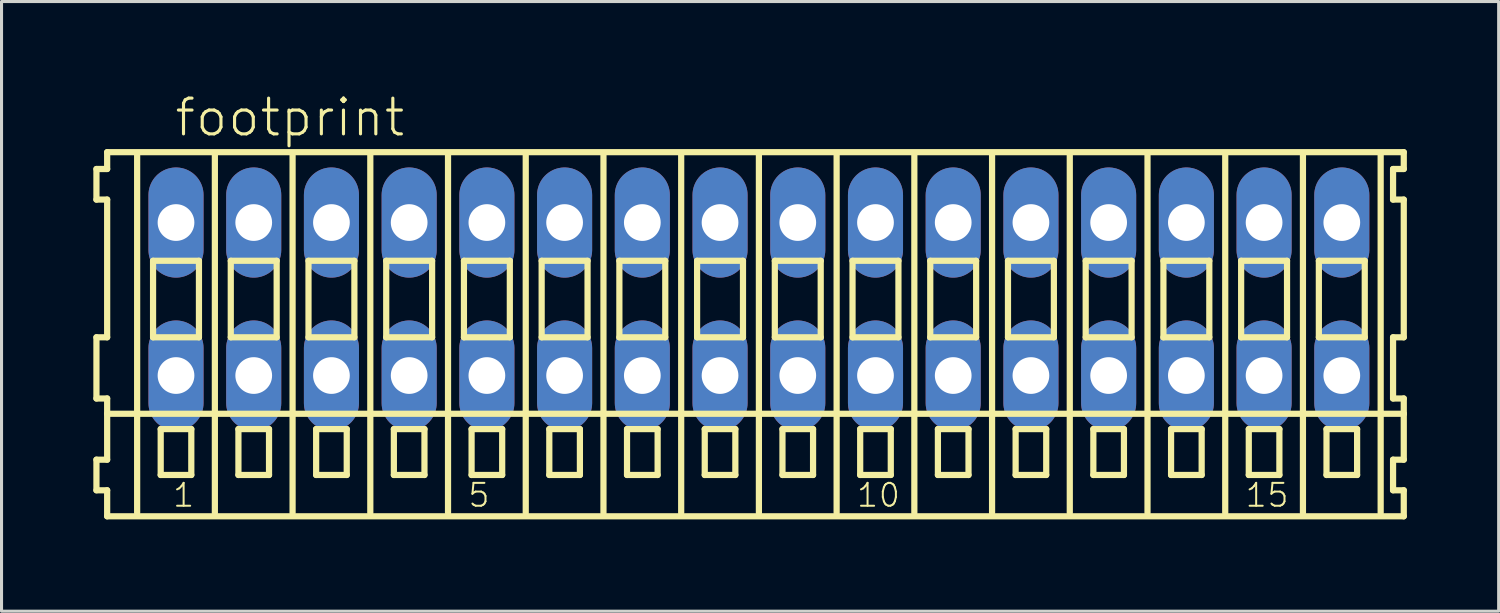
<source format=kicad_pcb>
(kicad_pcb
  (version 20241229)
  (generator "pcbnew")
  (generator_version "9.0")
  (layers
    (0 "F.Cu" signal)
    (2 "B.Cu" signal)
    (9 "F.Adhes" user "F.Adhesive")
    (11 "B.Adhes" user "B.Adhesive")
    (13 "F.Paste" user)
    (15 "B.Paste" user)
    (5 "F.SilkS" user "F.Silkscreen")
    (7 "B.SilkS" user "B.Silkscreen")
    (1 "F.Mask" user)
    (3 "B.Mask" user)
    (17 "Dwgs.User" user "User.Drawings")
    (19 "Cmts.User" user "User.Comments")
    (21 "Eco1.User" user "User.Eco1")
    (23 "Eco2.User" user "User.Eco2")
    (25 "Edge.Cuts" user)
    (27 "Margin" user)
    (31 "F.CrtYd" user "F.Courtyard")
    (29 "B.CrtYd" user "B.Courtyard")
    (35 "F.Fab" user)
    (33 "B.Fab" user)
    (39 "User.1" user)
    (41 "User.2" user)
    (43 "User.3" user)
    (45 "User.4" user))
  (footprint "footprint"
    (layer "F.Cu")
    (at 21.752 6.723)
    (property "Reference" "footprint" (at -19.15 -5.25 0) (layer "F.SilkS") (effects (font (size 1.168 1.168) (thickness 0.102)) (justify left bottom)))
    (fp_line (start -21.65 -4.25) (end -21.65 -3.25) (stroke (width 0.203) (type solid)) (layer "F.SilkS"))
    (fp_line (start -21.65 -3.25) (end -21.3 -3.25) (stroke (width 0.203) (type solid)) (layer "F.SilkS"))
    (fp_line (start -21.65 1.25) (end -21.65 3.25) (stroke (width 0.203) (type solid)) (layer "F.SilkS"))
    (fp_line (start -21.65 3.25) (end -21.3 3.25) (stroke (width 0.203) (type solid)) (layer "F.SilkS"))
    (fp_line (start -21.65 5.25) (end -21.65 6.25) (stroke (width 0.203) (type solid)) (layer "F.SilkS"))
    (fp_line (start -21.65 6.25) (end -21.3 6.25) (stroke (width 0.203) (type solid)) (layer "F.SilkS"))
    (fp_line (start -21.3 -4.8) (end -21.3 -4.25) (stroke (width 0.203) (type solid)) (layer "F.SilkS"))
    (fp_line (start -21.3 -4.25) (end -21.65 -4.25) (stroke (width 0.203) (type solid)) (layer "F.SilkS"))
    (fp_line (start -21.3 -3.25) (end -21.3 1.25) (stroke (width 0.203) (type solid)) (layer "F.SilkS"))
    (fp_line (start -21.3 1.25) (end -21.65 1.25) (stroke (width 0.203) (type solid)) (layer "F.SilkS"))
    (fp_line (start -21.3 3.25) (end -21.3 5.25) (stroke (width 0.203) (type solid)) (layer "F.SilkS"))
    (fp_line (start -21.3 3.75) (end 21.075 3.75) (stroke (width 0.203) (type solid)) (layer "F.SilkS"))
    (fp_line (start -21.3 5.25) (end -21.65 5.25) (stroke (width 0.203) (type solid)) (layer "F.SilkS"))
    (fp_line (start -21.3 6.25) (end -21.3 7.1) (stroke (width 0.203) (type solid)) (layer "F.SilkS"))
    (fp_line (start -21.3 7.1) (end 21.075 7.1) (stroke (width 0.203) (type solid)) (layer "F.SilkS"))
    (fp_line (start -20.32 6.985) (end -20.32 -4.699) (stroke (width 0.203) (type solid)) (layer "F.SilkS"))
    (fp_line (start -19.8 -1.25) (end -19.8 1.25) (stroke (width 0.203) (type solid)) (layer "F.SilkS"))
    (fp_line (start -19.8 1.25) (end -18.3 1.25) (stroke (width 0.203) (type solid)) (layer "F.SilkS"))
    (fp_line (start -19.55 4.25) (end -19.55 5.75) (stroke (width 0.203) (type solid)) (layer "F.SilkS"))
    (fp_line (start -19.55 5.75) (end -18.55 5.75) (stroke (width 0.203) (type solid)) (layer "F.SilkS"))
    (fp_line (start -18.55 4.25) (end -19.55 4.25) (stroke (width 0.203) (type solid)) (layer "F.SilkS"))
    (fp_line (start -18.55 5.75) (end -18.55 4.25) (stroke (width 0.203) (type solid)) (layer "F.SilkS"))
    (fp_line (start -18.3 -1.25) (end -19.8 -1.25) (stroke (width 0.203) (type solid)) (layer "F.SilkS"))
    (fp_line (start -18.3 1.25) (end -18.3 -1.25) (stroke (width 0.203) (type solid)) (layer "F.SilkS"))
    (fp_line (start -17.78 6.985) (end -17.78 -4.699) (stroke (width 0.203) (type solid)) (layer "F.SilkS"))
    (fp_line (start -17.26 -1.25) (end -17.26 1.25) (stroke (width 0.203) (type solid)) (layer "F.SilkS"))
    (fp_line (start -17.26 1.25) (end -15.76 1.25) (stroke (width 0.203) (type solid)) (layer "F.SilkS"))
    (fp_line (start -17.01 4.25) (end -17.01 5.75) (stroke (width 0.203) (type solid)) (layer "F.SilkS"))
    (fp_line (start -17.01 5.75) (end -16.01 5.75) (stroke (width 0.203) (type solid)) (layer "F.SilkS"))
    (fp_line (start -16.01 4.25) (end -17.01 4.25) (stroke (width 0.203) (type solid)) (layer "F.SilkS"))
    (fp_line (start -16.01 5.75) (end -16.01 4.25) (stroke (width 0.203) (type solid)) (layer "F.SilkS"))
    (fp_line (start -15.76 -1.25) (end -17.26 -1.25) (stroke (width 0.203) (type solid)) (layer "F.SilkS"))
    (fp_line (start -15.76 1.25) (end -15.76 -1.25) (stroke (width 0.203) (type solid)) (layer "F.SilkS"))
    (fp_line (start -15.24 6.985) (end -15.24 -4.699) (stroke (width 0.203) (type solid)) (layer "F.SilkS"))
    (fp_line (start -14.72 -1.25) (end -14.72 1.25) (stroke (width 0.203) (type solid)) (layer "F.SilkS"))
    (fp_line (start -14.72 1.25) (end -13.22 1.25) (stroke (width 0.203) (type solid)) (layer "F.SilkS"))
    (fp_line (start -14.47 4.25) (end -14.47 5.75) (stroke (width 0.203) (type solid)) (layer "F.SilkS"))
    (fp_line (start -14.47 5.75) (end -13.47 5.75) (stroke (width 0.203) (type solid)) (layer "F.SilkS"))
    (fp_line (start -13.47 4.25) (end -14.47 4.25) (stroke (width 0.203) (type solid)) (layer "F.SilkS"))
    (fp_line (start -13.47 5.75) (end -13.47 4.25) (stroke (width 0.203) (type solid)) (layer "F.SilkS"))
    (fp_line (start -13.22 -1.25) (end -14.72 -1.25) (stroke (width 0.203) (type solid)) (layer "F.SilkS"))
    (fp_line (start -13.22 1.25) (end -13.22 -1.25) (stroke (width 0.203) (type solid)) (layer "F.SilkS"))
    (fp_line (start -12.7 6.985) (end -12.7 -4.699) (stroke (width 0.203) (type solid)) (layer "F.SilkS"))
    (fp_line (start -12.18 -1.25) (end -12.18 1.25) (stroke (width 0.203) (type solid)) (layer "F.SilkS"))
    (fp_line (start -12.18 1.25) (end -10.68 1.25) (stroke (width 0.203) (type solid)) (layer "F.SilkS"))
    (fp_line (start -11.93 4.25) (end -11.93 5.75) (stroke (width 0.203) (type solid)) (layer "F.SilkS"))
    (fp_line (start -11.93 5.75) (end -10.93 5.75) (stroke (width 0.203) (type solid)) (layer "F.SilkS"))
    (fp_line (start -10.93 4.25) (end -11.93 4.25) (stroke (width 0.203) (type solid)) (layer "F.SilkS"))
    (fp_line (start -10.93 5.75) (end -10.93 4.25) (stroke (width 0.203) (type solid)) (layer "F.SilkS"))
    (fp_line (start -10.68 -1.25) (end -12.18 -1.25) (stroke (width 0.203) (type solid)) (layer "F.SilkS"))
    (fp_line (start -10.68 1.25) (end -10.68 -1.25) (stroke (width 0.203) (type solid)) (layer "F.SilkS"))
    (fp_line (start -10.16 6.985) (end -10.16 -4.699) (stroke (width 0.203) (type solid)) (layer "F.SilkS"))
    (fp_line (start -9.64 -1.25) (end -9.64 1.25) (stroke (width 0.203) (type solid)) (layer "F.SilkS"))
    (fp_line (start -9.64 1.25) (end -8.14 1.25) (stroke (width 0.203) (type solid)) (layer "F.SilkS"))
    (fp_line (start -9.39 4.25) (end -9.39 5.75) (stroke (width 0.203) (type solid)) (layer "F.SilkS"))
    (fp_line (start -9.39 5.75) (end -8.39 5.75) (stroke (width 0.203) (type solid)) (layer "F.SilkS"))
    (fp_line (start -8.39 4.25) (end -9.39 4.25) (stroke (width 0.203) (type solid)) (layer "F.SilkS"))
    (fp_line (start -8.39 5.75) (end -8.39 4.25) (stroke (width 0.203) (type solid)) (layer "F.SilkS"))
    (fp_line (start -8.14 -1.25) (end -9.64 -1.25) (stroke (width 0.203) (type solid)) (layer "F.SilkS"))
    (fp_line (start -8.14 1.25) (end -8.14 -1.25) (stroke (width 0.203) (type solid)) (layer "F.SilkS"))
    (fp_line (start -7.62 6.985) (end -7.62 -4.699) (stroke (width 0.203) (type solid)) (layer "F.SilkS"))
    (fp_line (start -7.1 -1.25) (end -7.1 1.25) (stroke (width 0.203) (type solid)) (layer "F.SilkS"))
    (fp_line (start -7.1 1.25) (end -5.6 1.25) (stroke (width 0.203) (type solid)) (layer "F.SilkS"))
    (fp_line (start -6.85 4.25) (end -6.85 5.75) (stroke (width 0.203) (type solid)) (layer "F.SilkS"))
    (fp_line (start -6.85 5.75) (end -5.85 5.75) (stroke (width 0.203) (type solid)) (layer "F.SilkS"))
    (fp_line (start -5.85 4.25) (end -6.85 4.25) (stroke (width 0.203) (type solid)) (layer "F.SilkS"))
    (fp_line (start -5.85 5.75) (end -5.85 4.25) (stroke (width 0.203) (type solid)) (layer "F.SilkS"))
    (fp_line (start -5.6 -1.25) (end -7.1 -1.25) (stroke (width 0.203) (type solid)) (layer "F.SilkS"))
    (fp_line (start -5.6 1.25) (end -5.6 -1.25) (stroke (width 0.203) (type solid)) (layer "F.SilkS"))
    (fp_line (start -5.08 6.985) (end -5.08 -4.699) (stroke (width 0.203) (type solid)) (layer "F.SilkS"))
    (fp_line (start -4.56 -1.25) (end -4.56 1.25) (stroke (width 0.203) (type solid)) (layer "F.SilkS"))
    (fp_line (start -4.56 1.25) (end -3.06 1.25) (stroke (width 0.203) (type solid)) (layer "F.SilkS"))
    (fp_line (start -4.31 4.25) (end -4.31 5.75) (stroke (width 0.203) (type solid)) (layer "F.SilkS"))
    (fp_line (start -4.31 5.75) (end -3.31 5.75) (stroke (width 0.203) (type solid)) (layer "F.SilkS"))
    (fp_line (start -3.31 4.25) (end -4.31 4.25) (stroke (width 0.203) (type solid)) (layer "F.SilkS"))
    (fp_line (start -3.31 5.75) (end -3.31 4.25) (stroke (width 0.203) (type solid)) (layer "F.SilkS"))
    (fp_line (start -3.06 -1.25) (end -4.56 -1.25) (stroke (width 0.203) (type solid)) (layer "F.SilkS"))
    (fp_line (start -3.06 1.25) (end -3.06 -1.25) (stroke (width 0.203) (type solid)) (layer "F.SilkS"))
    (fp_line (start -2.54 6.985) (end -2.54 -4.699) (stroke (width 0.203) (type solid)) (layer "F.SilkS"))
    (fp_line (start -2.02 -1.25) (end -2.02 1.25) (stroke (width 0.203) (type solid)) (layer "F.SilkS"))
    (fp_line (start -2.02 1.25) (end -0.52 1.25) (stroke (width 0.203) (type solid)) (layer "F.SilkS"))
    (fp_line (start -1.77 4.25) (end -1.77 5.75) (stroke (width 0.203) (type solid)) (layer "F.SilkS"))
    (fp_line (start -1.77 5.75) (end -0.77 5.75) (stroke (width 0.203) (type solid)) (layer "F.SilkS"))
    (fp_line (start -0.77 4.25) (end -1.77 4.25) (stroke (width 0.203) (type solid)) (layer "F.SilkS"))
    (fp_line (start -0.77 5.75) (end -0.77 4.25) (stroke (width 0.203) (type solid)) (layer "F.SilkS"))
    (fp_line (start -0.52 -1.25) (end -2.02 -1.25) (stroke (width 0.203) (type solid)) (layer "F.SilkS"))
    (fp_line (start -0.52 1.25) (end -0.52 -1.25) (stroke (width 0.203) (type solid)) (layer "F.SilkS"))
    (fp_line (start 0 6.985) (end 0 -4.699) (stroke (width 0.203) (type solid)) (layer "F.SilkS"))
    (fp_line (start 0.52 -1.25) (end 0.52 1.25) (stroke (width 0.203) (type solid)) (layer "F.SilkS"))
    (fp_line (start 0.52 1.25) (end 2.02 1.25) (stroke (width 0.203) (type solid)) (layer "F.SilkS"))
    (fp_line (start 0.77 4.25) (end 0.77 5.75) (stroke (width 0.203) (type solid)) (layer "F.SilkS"))
    (fp_line (start 0.77 5.75) (end 1.77 5.75) (stroke (width 0.203) (type solid)) (layer "F.SilkS"))
    (fp_line (start 1.77 4.25) (end 0.77 4.25) (stroke (width 0.203) (type solid)) (layer "F.SilkS"))
    (fp_line (start 1.77 5.75) (end 1.77 4.25) (stroke (width 0.203) (type solid)) (layer "F.SilkS"))
    (fp_line (start 2.02 -1.25) (end 0.52 -1.25) (stroke (width 0.203) (type solid)) (layer "F.SilkS"))
    (fp_line (start 2.02 1.25) (end 2.02 -1.25) (stroke (width 0.203) (type solid)) (layer "F.SilkS"))
    (fp_line (start 2.54 6.985) (end 2.54 -4.699) (stroke (width 0.203) (type solid)) (layer "F.SilkS"))
    (fp_line (start 3.06 -1.25) (end 3.06 1.25) (stroke (width 0.203) (type solid)) (layer "F.SilkS"))
    (fp_line (start 3.06 1.25) (end 4.56 1.25) (stroke (width 0.203) (type solid)) (layer "F.SilkS"))
    (fp_line (start 3.31 4.25) (end 3.31 5.75) (stroke (width 0.203) (type solid)) (layer "F.SilkS"))
    (fp_line (start 3.31 5.75) (end 4.31 5.75) (stroke (width 0.203) (type solid)) (layer "F.SilkS"))
    (fp_line (start 4.31 4.25) (end 3.31 4.25) (stroke (width 0.203) (type solid)) (layer "F.SilkS"))
    (fp_line (start 4.31 5.75) (end 4.31 4.25) (stroke (width 0.203) (type solid)) (layer "F.SilkS"))
    (fp_line (start 4.56 -1.25) (end 3.06 -1.25) (stroke (width 0.203) (type solid)) (layer "F.SilkS"))
    (fp_line (start 4.56 1.25) (end 4.56 -1.25) (stroke (width 0.203) (type solid)) (layer "F.SilkS"))
    (fp_line (start 5.08 6.985) (end 5.08 -4.699) (stroke (width 0.203) (type solid)) (layer "F.SilkS"))
    (fp_line (start 5.6 -1.25) (end 5.6 1.25) (stroke (width 0.203) (type solid)) (layer "F.SilkS"))
    (fp_line (start 5.6 1.25) (end 7.1 1.25) (stroke (width 0.203) (type solid)) (layer "F.SilkS"))
    (fp_line (start 5.85 4.25) (end 5.85 5.75) (stroke (width 0.203) (type solid)) (layer "F.SilkS"))
    (fp_line (start 5.85 5.75) (end 6.85 5.75) (stroke (width 0.203) (type solid)) (layer "F.SilkS"))
    (fp_line (start 6.85 4.25) (end 5.85 4.25) (stroke (width 0.203) (type solid)) (layer "F.SilkS"))
    (fp_line (start 6.85 5.75) (end 6.85 4.25) (stroke (width 0.203) (type solid)) (layer "F.SilkS"))
    (fp_line (start 7.1 -1.25) (end 5.6 -1.25) (stroke (width 0.203) (type solid)) (layer "F.SilkS"))
    (fp_line (start 7.1 1.25) (end 7.1 -1.25) (stroke (width 0.203) (type solid)) (layer "F.SilkS"))
    (fp_line (start 7.62 6.985) (end 7.62 -4.699) (stroke (width 0.203) (type solid)) (layer "F.SilkS"))
    (fp_line (start 8.14 -1.25) (end 8.14 1.25) (stroke (width 0.203) (type solid)) (layer "F.SilkS"))
    (fp_line (start 8.14 1.25) (end 9.64 1.25) (stroke (width 0.203) (type solid)) (layer "F.SilkS"))
    (fp_line (start 8.39 4.25) (end 8.39 5.75) (stroke (width 0.203) (type solid)) (layer "F.SilkS"))
    (fp_line (start 8.39 5.75) (end 9.39 5.75) (stroke (width 0.203) (type solid)) (layer "F.SilkS"))
    (fp_line (start 9.39 4.25) (end 8.39 4.25) (stroke (width 0.203) (type solid)) (layer "F.SilkS"))
    (fp_line (start 9.39 5.75) (end 9.39 4.25) (stroke (width 0.203) (type solid)) (layer "F.SilkS"))
    (fp_line (start 9.64 -1.25) (end 8.14 -1.25) (stroke (width 0.203) (type solid)) (layer "F.SilkS"))
    (fp_line (start 9.64 1.25) (end 9.64 -1.25) (stroke (width 0.203) (type solid)) (layer "F.SilkS"))
    (fp_line (start 10.16 6.985) (end 10.16 -4.699) (stroke (width 0.203) (type solid)) (layer "F.SilkS"))
    (fp_line (start 10.68 -1.25) (end 10.68 1.25) (stroke (width 0.203) (type solid)) (layer "F.SilkS"))
    (fp_line (start 10.68 1.25) (end 12.18 1.25) (stroke (width 0.203) (type solid)) (layer "F.SilkS"))
    (fp_line (start 10.93 4.25) (end 10.93 5.75) (stroke (width 0.203) (type solid)) (layer "F.SilkS"))
    (fp_line (start 10.93 5.75) (end 11.93 5.75) (stroke (width 0.203) (type solid)) (layer "F.SilkS"))
    (fp_line (start 11.93 4.25) (end 10.93 4.25) (stroke (width 0.203) (type solid)) (layer "F.SilkS"))
    (fp_line (start 11.93 5.75) (end 11.93 4.25) (stroke (width 0.203) (type solid)) (layer "F.SilkS"))
    (fp_line (start 12.18 -1.25) (end 10.68 -1.25) (stroke (width 0.203) (type solid)) (layer "F.SilkS"))
    (fp_line (start 12.18 1.25) (end 12.18 -1.25) (stroke (width 0.203) (type solid)) (layer "F.SilkS"))
    (fp_line (start 12.7 6.985) (end 12.7 -4.699) (stroke (width 0.203) (type solid)) (layer "F.SilkS"))
    (fp_line (start 13.22 -1.25) (end 13.22 1.25) (stroke (width 0.203) (type solid)) (layer "F.SilkS"))
    (fp_line (start 13.22 1.25) (end 14.72 1.25) (stroke (width 0.203) (type solid)) (layer "F.SilkS"))
    (fp_line (start 13.47 4.25) (end 13.47 5.75) (stroke (width 0.203) (type solid)) (layer "F.SilkS"))
    (fp_line (start 13.47 5.75) (end 14.47 5.75) (stroke (width 0.203) (type solid)) (layer "F.SilkS"))
    (fp_line (start 14.47 4.25) (end 13.47 4.25) (stroke (width 0.203) (type solid)) (layer "F.SilkS"))
    (fp_line (start 14.47 5.75) (end 14.47 4.25) (stroke (width 0.203) (type solid)) (layer "F.SilkS"))
    (fp_line (start 14.72 -1.25) (end 13.22 -1.25) (stroke (width 0.203) (type solid)) (layer "F.SilkS"))
    (fp_line (start 14.72 1.25) (end 14.72 -1.25) (stroke (width 0.203) (type solid)) (layer "F.SilkS"))
    (fp_line (start 15.24 6.985) (end 15.24 -4.699) (stroke (width 0.203) (type solid)) (layer "F.SilkS"))
    (fp_line (start 15.76 -1.25) (end 15.76 1.25) (stroke (width 0.203) (type solid)) (layer "F.SilkS"))
    (fp_line (start 15.76 1.25) (end 17.26 1.25) (stroke (width 0.203) (type solid)) (layer "F.SilkS"))
    (fp_line (start 16.01 4.25) (end 16.01 5.75) (stroke (width 0.203) (type solid)) (layer "F.SilkS"))
    (fp_line (start 16.01 5.75) (end 17.01 5.75) (stroke (width 0.203) (type solid)) (layer "F.SilkS"))
    (fp_line (start 17.01 4.25) (end 16.01 4.25) (stroke (width 0.203) (type solid)) (layer "F.SilkS"))
    (fp_line (start 17.01 5.75) (end 17.01 4.25) (stroke (width 0.203) (type solid)) (layer "F.SilkS"))
    (fp_line (start 17.26 -1.25) (end 15.76 -1.25) (stroke (width 0.203) (type solid)) (layer "F.SilkS"))
    (fp_line (start 17.26 1.25) (end 17.26 -1.25) (stroke (width 0.203) (type solid)) (layer "F.SilkS"))
    (fp_line (start 17.78 6.985) (end 17.78 -4.699) (stroke (width 0.203) (type solid)) (layer "F.SilkS"))
    (fp_line (start 18.3 -1.25) (end 18.3 1.25) (stroke (width 0.203) (type solid)) (layer "F.SilkS"))
    (fp_line (start 18.3 1.25) (end 19.8 1.25) (stroke (width 0.203) (type solid)) (layer "F.SilkS"))
    (fp_line (start 18.55 4.25) (end 18.55 5.75) (stroke (width 0.203) (type solid)) (layer "F.SilkS"))
    (fp_line (start 18.55 5.75) (end 19.55 5.75) (stroke (width 0.203) (type solid)) (layer "F.SilkS"))
    (fp_line (start 19.55 4.25) (end 18.55 4.25) (stroke (width 0.203) (type solid)) (layer "F.SilkS"))
    (fp_line (start 19.55 5.75) (end 19.55 4.25) (stroke (width 0.203) (type solid)) (layer "F.SilkS"))
    (fp_line (start 19.8 -1.25) (end 18.3 -1.25) (stroke (width 0.203) (type solid)) (layer "F.SilkS"))
    (fp_line (start 19.8 1.25) (end 19.8 -1.25) (stroke (width 0.203) (type solid)) (layer "F.SilkS"))
    (fp_line (start 20.32 6.985) (end 20.32 -4.699) (stroke (width 0.203) (type solid)) (layer "F.SilkS"))
    (fp_line (start 20.725 -4.25) (end 20.725 -3.25) (stroke (width 0.203) (type solid)) (layer "F.SilkS"))
    (fp_line (start 20.725 -3.25) (end 21.075 -3.25) (stroke (width 0.203) (type solid)) (layer "F.SilkS"))
    (fp_line (start 20.725 1.25) (end 20.725 3.25) (stroke (width 0.203) (type solid)) (layer "F.SilkS"))
    (fp_line (start 20.725 3.25) (end 21.075 3.25) (stroke (width 0.203) (type solid)) (layer "F.SilkS"))
    (fp_line (start 20.725 5.25) (end 20.725 6.25) (stroke (width 0.203) (type solid)) (layer "F.SilkS"))
    (fp_line (start 20.725 6.25) (end 21.075 6.25) (stroke (width 0.203) (type solid)) (layer "F.SilkS"))
    (fp_line (start 21.075 -4.8) (end -21.3 -4.8) (stroke (width 0.203) (type solid)) (layer "F.SilkS"))
    (fp_line (start 21.075 -4.25) (end 20.725 -4.25) (stroke (width 0.203) (type solid)) (layer "F.SilkS"))
    (fp_line (start 21.075 -4.25) (end 21.075 -4.8) (stroke (width 0.203) (type solid)) (layer "F.SilkS"))
    (fp_line (start 21.075 1.25) (end 20.725 1.25) (stroke (width 0.203) (type solid)) (layer "F.SilkS"))
    (fp_line (start 21.075 1.25) (end 21.075 -3.25) (stroke (width 0.203) (type solid)) (layer "F.SilkS"))
    (fp_line (start 21.075 3.75) (end 21.075 3.25) (stroke (width 0.203) (type solid)) (layer "F.SilkS"))
    (fp_line (start 21.075 5.25) (end 20.725 5.25) (stroke (width 0.203) (type solid)) (layer "F.SilkS"))
    (fp_line (start 21.075 5.25) (end 21.075 3.75) (stroke (width 0.203) (type solid)) (layer "F.SilkS"))
    (fp_line (start 21.075 7.1) (end 21.075 6.25) (stroke (width 0.203) (type solid)) (layer "F.SilkS"))
    (fp_text user "10" (at 3.152 6.85 0) (layer "F.SilkS") (effects (font (size 0.748 0.748) (thickness 0.065)) (justify left bottom)))
    (fp_text user "1" (at -19.2 6.85 0) (layer "F.SilkS") (effects (font (size 0.748 0.748) (thickness 0.065)) (justify left bottom)))
    (fp_text user "5" (at -9.548 6.85 0) (layer "F.SilkS") (effects (font (size 0.748 0.748) (thickness 0.065)) (justify left bottom)))
    (fp_text user "15" (at 15.852 6.85 0) (layer "F.SilkS") (effects (font (size 0.748 0.748) (thickness 0.065)) (justify left bottom)))
    (pad "A1" thru_hole oval (at -19.05 -2.5 90) (size 3.6 1.8) (drill 1.2) (layers "*.Cu" "*.Mask"))
    (pad "A2" thru_hole oval (at -16.51 -2.5 90) (size 3.6 1.8) (drill 1.2) (layers "*.Cu" "*.Mask"))
    (pad "A3" thru_hole oval (at -13.97 -2.5 90) (size 3.6 1.8) (drill 1.2) (layers "*.Cu" "*.Mask"))
    (pad "A4" thru_hole oval (at -11.43 -2.5 90) (size 3.6 1.8) (drill 1.2) (layers "*.Cu" "*.Mask"))
    (pad "A5" thru_hole oval (at -8.89 -2.5 90) (size 3.6 1.8) (drill 1.2) (layers "*.Cu" "*.Mask"))
    (pad "A6" thru_hole oval (at -6.35 -2.5 90) (size 3.6 1.8) (drill 1.2) (layers "*.Cu" "*.Mask"))
    (pad "A7" thru_hole oval (at -3.81 -2.5 90) (size 3.6 1.8) (drill 1.2) (layers "*.Cu" "*.Mask"))
    (pad "A8" thru_hole oval (at -1.27 -2.5 90) (size 3.6 1.8) (drill 1.2) (layers "*.Cu" "*.Mask"))
    (pad "A9" thru_hole oval (at 1.27 -2.5 90) (size 3.6 1.8) (drill 1.2) (layers "*.Cu" "*.Mask"))
    (pad "A10" thru_hole oval (at 3.81 -2.5 90) (size 3.6 1.8) (drill 1.2) (layers "*.Cu" "*.Mask"))
    (pad "A11" thru_hole oval (at 6.35 -2.5 90) (size 3.6 1.8) (drill 1.2) (layers "*.Cu" "*.Mask"))
    (pad "A12" thru_hole oval (at 8.89 -2.5 90) (size 3.6 1.8) (drill 1.2) (layers "*.Cu" "*.Mask"))
    (pad "A13" thru_hole oval (at 11.43 -2.5 90) (size 3.6 1.8) (drill 1.2) (layers "*.Cu" "*.Mask"))
    (pad "A14" thru_hole oval (at 13.97 -2.5 90) (size 3.6 1.8) (drill 1.2) (layers "*.Cu" "*.Mask"))
    (pad "A15" thru_hole oval (at 16.51 -2.5 90) (size 3.6 1.8) (drill 1.2) (layers "*.Cu" "*.Mask"))
    (pad "A16" thru_hole oval (at 19.05 -2.5 90) (size 3.6 1.8) (drill 1.2) (layers "*.Cu" "*.Mask"))
    (pad "B1" thru_hole oval (at -19.05 2.5 90) (size 3.6 1.8) (drill 1.2) (layers "*.Cu" "*.Mask"))
    (pad "B2" thru_hole oval (at -16.51 2.5 90) (size 3.6 1.8) (drill 1.2) (layers "*.Cu" "*.Mask"))
    (pad "B3" thru_hole oval (at -13.97 2.5 90) (size 3.6 1.8) (drill 1.2) (layers "*.Cu" "*.Mask"))
    (pad "B4" thru_hole oval (at -11.43 2.5 90) (size 3.6 1.8) (drill 1.2) (layers "*.Cu" "*.Mask"))
    (pad "B5" thru_hole oval (at -8.89 2.5 90) (size 3.6 1.8) (drill 1.2) (layers "*.Cu" "*.Mask"))
    (pad "B6" thru_hole oval (at -6.35 2.5 90) (size 3.6 1.8) (drill 1.2) (layers "*.Cu" "*.Mask"))
    (pad "B7" thru_hole oval (at -3.81 2.5 90) (size 3.6 1.8) (drill 1.2) (layers "*.Cu" "*.Mask"))
    (pad "B8" thru_hole oval (at -1.27 2.5 90) (size 3.6 1.8) (drill 1.2) (layers "*.Cu" "*.Mask"))
    (pad "B9" thru_hole oval (at 1.27 2.5 90) (size 3.6 1.8) (drill 1.2) (layers "*.Cu" "*.Mask"))
    (pad "B10" thru_hole oval (at 3.81 2.5 90) (size 3.6 1.8) (drill 1.2) (layers "*.Cu" "*.Mask"))
    (pad "B11" thru_hole oval (at 6.35 2.5 90) (size 3.6 1.8) (drill 1.2) (layers "*.Cu" "*.Mask"))
    (pad "B12" thru_hole oval (at 8.89 2.5 90) (size 3.6 1.8) (drill 1.2) (layers "*.Cu" "*.Mask"))
    (pad "B13" thru_hole oval (at 11.43 2.5 90) (size 3.6 1.8) (drill 1.2) (layers "*.Cu" "*.Mask"))
    (pad "B14" thru_hole oval (at 13.97 2.5 90) (size 3.6 1.8) (drill 1.2) (layers "*.Cu" "*.Mask"))
    (pad "B15" thru_hole oval (at 16.51 2.5 90) (size 3.6 1.8) (drill 1.2) (layers "*.Cu" "*.Mask"))
    (pad "B16" thru_hole oval (at 19.05 2.5 90) (size 3.6 1.8) (drill 1.2) (layers "*.Cu" "*.Mask")))
  (gr_rect
    (start -3 -3)
    (end 45.928 16.925)
    (stroke (width 0.1) (type default))
    (fill no)
    (layer "Edge.Cuts")))
</source>
